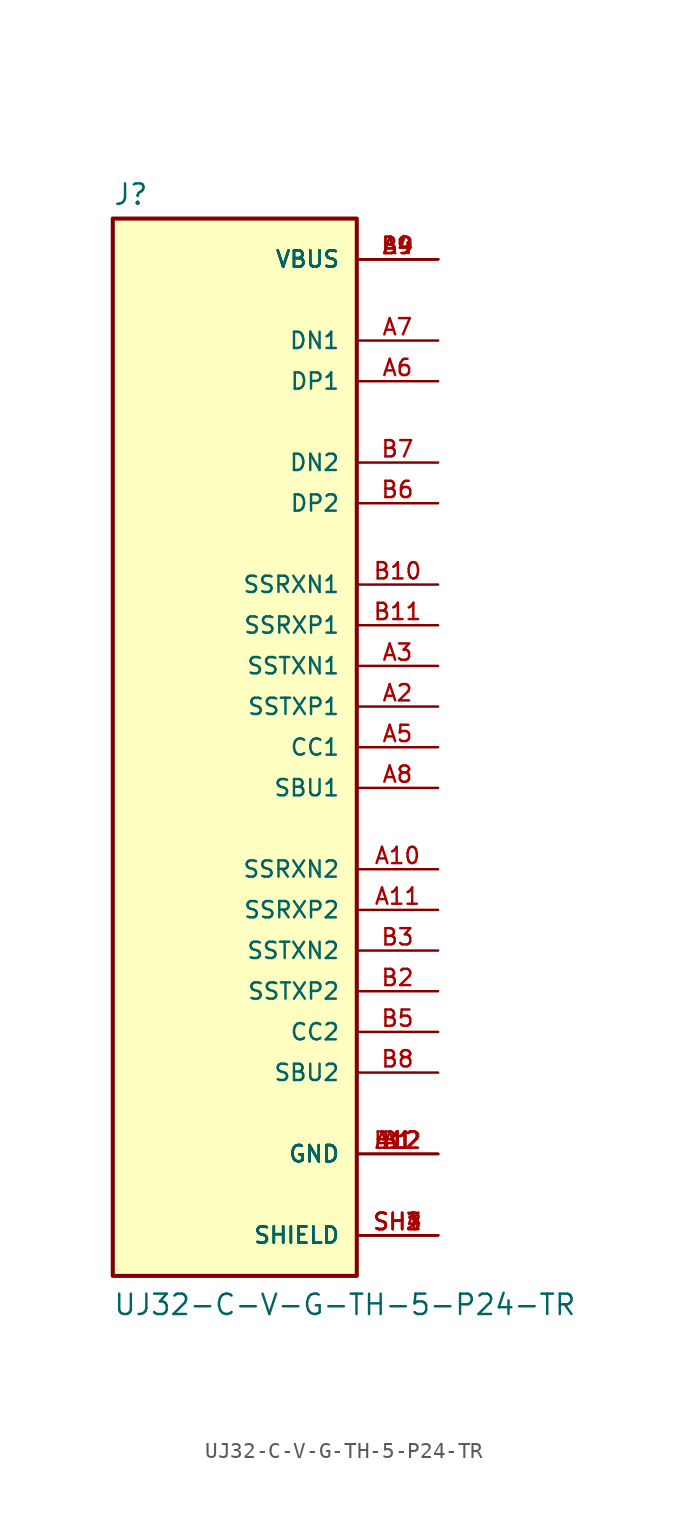
<source format=kicad_sym>
(kicad_symbol_lib
  (version 20211014)
  (generator kicad_symbol_editor)
  (symbol "UJ32-C-V-G-TH-5-P24-TR"
    (pin_names
      (offset 1.016))
    (property "Reference" "J"
      (at -7.62 33.782 0)
      (effects (font (size 1.27 1.27)) (justify bottom left)))
    (property "Value" "UJ32-C-V-G-TH-5-P24-TR"
      (at -7.62 -35.56 0)
      (effects (font (size 1.27 1.27)) (justify bottom left)))
    (symbol "UJ32-C-V-G-TH-5-P24-TR_0_0"
      (rectangle (start -7.62 -33.02) (end 7.62 33.02) (stroke (width 0.254)) (fill (type background)))
      (pin passive line (at 12.7 30.48 180.0) (length 5.08) (name "VBUS" (effects (font (size 1.016 1.016)))) (number "A4" (effects (font (size 1.016 1.016)))))
      (pin passive line (at 12.7 30.48 180.0) (length 5.08) (name "VBUS" (effects (font (size 1.016 1.016)))) (number "A9" (effects (font (size 1.016 1.016)))))
      (pin passive line (at 12.7 30.48 180.0) (length 5.08) (name "VBUS" (effects (font (size 1.016 1.016)))) (number "B4" (effects (font (size 1.016 1.016)))))
      (pin passive line (at 12.7 30.48 180.0) (length 5.08) (name "VBUS" (effects (font (size 1.016 1.016)))) (number "B9" (effects (font (size 1.016 1.016)))))
      (pin passive line (at 12.7 -30.48 180.0) (length 5.08) (name "SHIELD" (effects (font (size 1.016 1.016)))) (number "SH1" (effects (font (size 1.016 1.016)))))
      (pin passive line (at 12.7 -30.48 180.0) (length 5.08) (name "SHIELD" (effects (font (size 1.016 1.016)))) (number "SH2" (effects (font (size 1.016 1.016)))))
      (pin passive line (at 12.7 -30.48 180.0) (length 5.08) (name "SHIELD" (effects (font (size 1.016 1.016)))) (number "SH3" (effects (font (size 1.016 1.016)))))
      (pin passive line (at 12.7 -30.48 180.0) (length 5.08) (name "SHIELD" (effects (font (size 1.016 1.016)))) (number "SH4" (effects (font (size 1.016 1.016)))))
      (pin passive line (at 12.7 25.4 180.0) (length 5.08) (name "DN1" (effects (font (size 1.016 1.016)))) (number "A7" (effects (font (size 1.016 1.016)))))
      (pin passive line (at 12.7 22.86 180.0) (length 5.08) (name "DP1" (effects (font (size 1.016 1.016)))) (number "A6" (effects (font (size 1.016 1.016)))))
      (pin passive line (at 12.7 17.78 180.0) (length 5.08) (name "DN2" (effects (font (size 1.016 1.016)))) (number "B7" (effects (font (size 1.016 1.016)))))
      (pin passive line (at 12.7 15.24 180.0) (length 5.08) (name "DP2" (effects (font (size 1.016 1.016)))) (number "B6" (effects (font (size 1.016 1.016)))))
      (pin passive line (at 12.7 -25.4 180.0) (length 5.08) (name "GND" (effects (font (size 1.016 1.016)))) (number "A1" (effects (font (size 1.016 1.016)))))
      (pin passive line (at 12.7 -25.4 180.0) (length 5.08) (name "GND" (effects (font (size 1.016 1.016)))) (number "A12" (effects (font (size 1.016 1.016)))))
      (pin passive line (at 12.7 -25.4 180.0) (length 5.08) (name "GND" (effects (font (size 1.016 1.016)))) (number "B1" (effects (font (size 1.016 1.016)))))
      (pin passive line (at 12.7 -25.4 180.0) (length 5.08) (name "GND" (effects (font (size 1.016 1.016)))) (number "B12" (effects (font (size 1.016 1.016)))))
      (pin passive line (at 12.7 10.16 180.0) (length 5.08) (name "SSRXN1" (effects (font (size 1.016 1.016)))) (number "B10" (effects (font (size 1.016 1.016)))))
      (pin passive line (at 12.7 7.62 180.0) (length 5.08) (name "SSRXP1" (effects (font (size 1.016 1.016)))) (number "B11" (effects (font (size 1.016 1.016)))))
      (pin passive line (at 12.7 5.08 180.0) (length 5.08) (name "SSTXN1" (effects (font (size 1.016 1.016)))) (number "A3" (effects (font (size 1.016 1.016)))))
      (pin passive line (at 12.7 2.54 180.0) (length 5.08) (name "SSTXP1" (effects (font (size 1.016 1.016)))) (number "A2" (effects (font (size 1.016 1.016)))))
      (pin passive line (at 12.7 0.0 180.0) (length 5.08) (name "CC1" (effects (font (size 1.016 1.016)))) (number "A5" (effects (font (size 1.016 1.016)))))
      (pin passive line (at 12.7 -2.54 180.0) (length 5.08) (name "SBU1" (effects (font (size 1.016 1.016)))) (number "A8" (effects (font (size 1.016 1.016)))))
      (pin passive line (at 12.7 -7.62 180.0) (length 5.08) (name "SSRXN2" (effects (font (size 1.016 1.016)))) (number "A10" (effects (font (size 1.016 1.016)))))
      (pin passive line (at 12.7 -10.16 180.0) (length 5.08) (name "SSRXP2" (effects (font (size 1.016 1.016)))) (number "A11" (effects (font (size 1.016 1.016)))))
      (pin passive line (at 12.7 -12.7 180.0) (length 5.08) (name "SSTXN2" (effects (font (size 1.016 1.016)))) (number "B3" (effects (font (size 1.016 1.016)))))
      (pin passive line (at 12.7 -15.24 180.0) (length 5.08) (name "SSTXP2" (effects (font (size 1.016 1.016)))) (number "B2" (effects (font (size 1.016 1.016)))))
      (pin passive line (at 12.7 -17.78 180.0) (length 5.08) (name "CC2" (effects (font (size 1.016 1.016)))) (number "B5" (effects (font (size 1.016 1.016)))))
      (pin passive line (at 12.7 -20.32 180.0) (length 5.08) (name "SBU2" (effects (font (size 1.016 1.016)))) (number "B8" (effects (font (size 1.016 1.016))))))))
</source>
